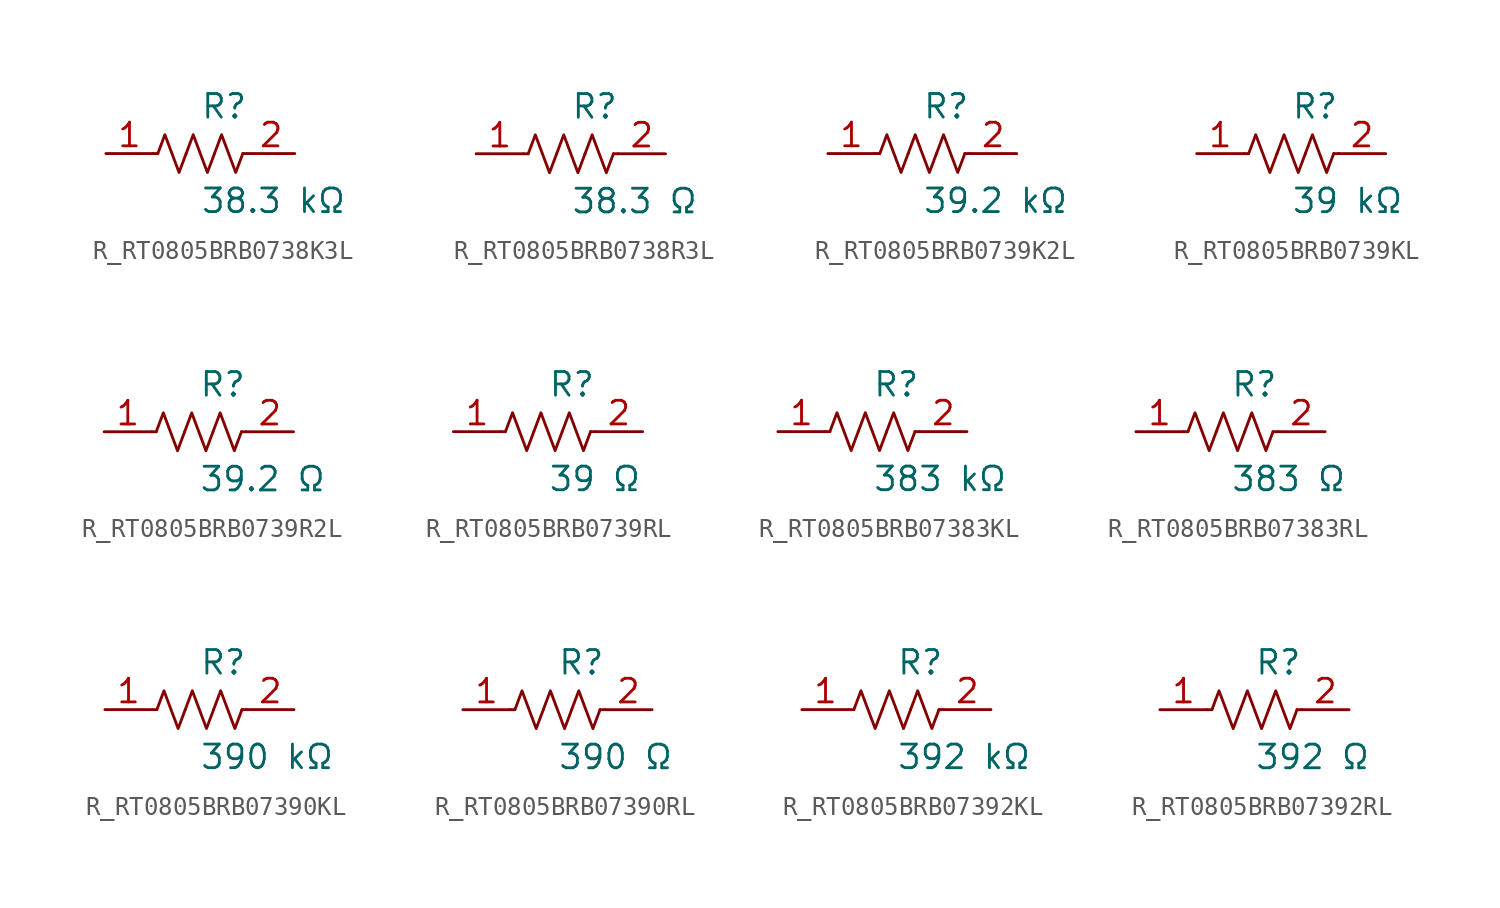
<source format=kicad_sym>
(kicad_symbol_lib
  (version 20231120)
  (generator kicad_symbol_editor)
  (generator_version 8.0)
  (symbol "R_RT0805BRB0738K3L"
    (pin_names
      (offset 0.254))
    (property "Reference" "R"
      (at 0 2.54 0)
      (effects (font (size 1.27 1.27)) (justify left)))
    (property "Value" "38.3 kΩ"
      (at 0 -2.54 0)
      (effects (font (size 1.27 1.27)) (justify left)))
    (symbol "R_RT0805BRB0738K3L_0_1"
      (polyline (pts (xy 2.286 0) (xy 2.54 0)) (stroke (width 0) (type default)) (fill (type none)))
      (polyline (pts (xy -2.286 0) (xy -2.54 0)) (stroke (width 0) (type default)) (fill (type none)))
      (polyline (pts (xy 0.762 0) (xy 1.143 1.016) (xy 1.524 0) (xy 1.905 -1.016) (xy 2.286 0)) (stroke (width 0) (type default)) (fill (type none)))
      (polyline (pts (xy -0.762 0) (xy -0.381 1.016) (xy 0 0) (xy 0.381 -1.016) (xy 0.762 0)) (stroke (width 0) (type default)) (fill (type none)))
      (polyline (pts (xy -2.286 0) (xy -1.905 1.016) (xy -1.524 0) (xy -1.143 -1.016) (xy -0.762 0)) (stroke (width 0) (type default)) (fill (type none))))
    (pin unspecified line
      (at -5.08 0 0)
      (length 2.54)
      (name "" (effects (font (size 1.27 1.27))))
      (number "1" (effects (font (size 1.27 1.27)))))
    (pin unspecified line
      (at 5.08 0 180)
      (length 2.54)
      (name "" (effects (font (size 1.27 1.27))))
      (number "2" (effects (font (size 1.27 1.27))))))
  (symbol "R_RT0805BRB0738R3L"
    (pin_names
      (offset 0.254))
    (property "Reference" "R"
      (at 0 2.54 0)
      (effects (font (size 1.27 1.27)) (justify left)))
    (property "Value" "38.3 Ω"
      (at 0 -2.54 0)
      (effects (font (size 1.27 1.27)) (justify left)))
    (symbol "R_RT0805BRB0738R3L_0_1"
      (polyline (pts (xy 2.286 0) (xy 2.54 0)) (stroke (width 0) (type default)) (fill (type none)))
      (polyline (pts (xy -2.286 0) (xy -2.54 0)) (stroke (width 0) (type default)) (fill (type none)))
      (polyline (pts (xy 0.762 0) (xy 1.143 1.016) (xy 1.524 0) (xy 1.905 -1.016) (xy 2.286 0)) (stroke (width 0) (type default)) (fill (type none)))
      (polyline (pts (xy -0.762 0) (xy -0.381 1.016) (xy 0 0) (xy 0.381 -1.016) (xy 0.762 0)) (stroke (width 0) (type default)) (fill (type none)))
      (polyline (pts (xy -2.286 0) (xy -1.905 1.016) (xy -1.524 0) (xy -1.143 -1.016) (xy -0.762 0)) (stroke (width 0) (type default)) (fill (type none))))
    (pin unspecified line
      (at -5.08 0 0)
      (length 2.54)
      (name "" (effects (font (size 1.27 1.27))))
      (number "1" (effects (font (size 1.27 1.27)))))
    (pin unspecified line
      (at 5.08 0 180)
      (length 2.54)
      (name "" (effects (font (size 1.27 1.27))))
      (number "2" (effects (font (size 1.27 1.27))))))
  (symbol "R_RT0805BRB0739K2L"
    (pin_names
      (offset 0.254))
    (property "Reference" "R"
      (at 0 2.54 0)
      (effects (font (size 1.27 1.27)) (justify left)))
    (property "Value" "39.2 kΩ"
      (at 0 -2.54 0)
      (effects (font (size 1.27 1.27)) (justify left)))
    (symbol "R_RT0805BRB0739K2L_0_1"
      (polyline (pts (xy 2.286 0) (xy 2.54 0)) (stroke (width 0) (type default)) (fill (type none)))
      (polyline (pts (xy -2.286 0) (xy -2.54 0)) (stroke (width 0) (type default)) (fill (type none)))
      (polyline (pts (xy 0.762 0) (xy 1.143 1.016) (xy 1.524 0) (xy 1.905 -1.016) (xy 2.286 0)) (stroke (width 0) (type default)) (fill (type none)))
      (polyline (pts (xy -0.762 0) (xy -0.381 1.016) (xy 0 0) (xy 0.381 -1.016) (xy 0.762 0)) (stroke (width 0) (type default)) (fill (type none)))
      (polyline (pts (xy -2.286 0) (xy -1.905 1.016) (xy -1.524 0) (xy -1.143 -1.016) (xy -0.762 0)) (stroke (width 0) (type default)) (fill (type none))))
    (pin unspecified line
      (at -5.08 0 0)
      (length 2.54)
      (name "" (effects (font (size 1.27 1.27))))
      (number "1" (effects (font (size 1.27 1.27)))))
    (pin unspecified line
      (at 5.08 0 180)
      (length 2.54)
      (name "" (effects (font (size 1.27 1.27))))
      (number "2" (effects (font (size 1.27 1.27))))))
  (symbol "R_RT0805BRB0739KL"
    (pin_names
      (offset 0.254))
    (property "Reference" "R"
      (at 0 2.54 0)
      (effects (font (size 1.27 1.27)) (justify left)))
    (property "Value" "39 kΩ"
      (at 0 -2.54 0)
      (effects (font (size 1.27 1.27)) (justify left)))
    (symbol "R_RT0805BRB0739KL_0_1"
      (polyline (pts (xy 2.286 0) (xy 2.54 0)) (stroke (width 0) (type default)) (fill (type none)))
      (polyline (pts (xy -2.286 0) (xy -2.54 0)) (stroke (width 0) (type default)) (fill (type none)))
      (polyline (pts (xy 0.762 0) (xy 1.143 1.016) (xy 1.524 0) (xy 1.905 -1.016) (xy 2.286 0)) (stroke (width 0) (type default)) (fill (type none)))
      (polyline (pts (xy -0.762 0) (xy -0.381 1.016) (xy 0 0) (xy 0.381 -1.016) (xy 0.762 0)) (stroke (width 0) (type default)) (fill (type none)))
      (polyline (pts (xy -2.286 0) (xy -1.905 1.016) (xy -1.524 0) (xy -1.143 -1.016) (xy -0.762 0)) (stroke (width 0) (type default)) (fill (type none))))
    (pin unspecified line
      (at -5.08 0 0)
      (length 2.54)
      (name "" (effects (font (size 1.27 1.27))))
      (number "1" (effects (font (size 1.27 1.27)))))
    (pin unspecified line
      (at 5.08 0 180)
      (length 2.54)
      (name "" (effects (font (size 1.27 1.27))))
      (number "2" (effects (font (size 1.27 1.27))))))
  (symbol "R_RT0805BRB0739R2L"
    (pin_names
      (offset 0.254))
    (property "Reference" "R"
      (at 0 2.54 0)
      (effects (font (size 1.27 1.27)) (justify left)))
    (property "Value" "39.2 Ω"
      (at 0 -2.54 0)
      (effects (font (size 1.27 1.27)) (justify left)))
    (symbol "R_RT0805BRB0739R2L_0_1"
      (polyline (pts (xy 2.286 0) (xy 2.54 0)) (stroke (width 0) (type default)) (fill (type none)))
      (polyline (pts (xy -2.286 0) (xy -2.54 0)) (stroke (width 0) (type default)) (fill (type none)))
      (polyline (pts (xy 0.762 0) (xy 1.143 1.016) (xy 1.524 0) (xy 1.905 -1.016) (xy 2.286 0)) (stroke (width 0) (type default)) (fill (type none)))
      (polyline (pts (xy -0.762 0) (xy -0.381 1.016) (xy 0 0) (xy 0.381 -1.016) (xy 0.762 0)) (stroke (width 0) (type default)) (fill (type none)))
      (polyline (pts (xy -2.286 0) (xy -1.905 1.016) (xy -1.524 0) (xy -1.143 -1.016) (xy -0.762 0)) (stroke (width 0) (type default)) (fill (type none))))
    (pin unspecified line
      (at -5.08 0 0)
      (length 2.54)
      (name "" (effects (font (size 1.27 1.27))))
      (number "1" (effects (font (size 1.27 1.27)))))
    (pin unspecified line
      (at 5.08 0 180)
      (length 2.54)
      (name "" (effects (font (size 1.27 1.27))))
      (number "2" (effects (font (size 1.27 1.27))))))
  (symbol "R_RT0805BRB0739RL"
    (pin_names
      (offset 0.254))
    (property "Reference" "R"
      (at 0 2.54 0)
      (effects (font (size 1.27 1.27)) (justify left)))
    (property "Value" "39 Ω"
      (at 0 -2.54 0)
      (effects (font (size 1.27 1.27)) (justify left)))
    (symbol "R_RT0805BRB0739RL_0_1"
      (polyline (pts (xy 2.286 0) (xy 2.54 0)) (stroke (width 0) (type default)) (fill (type none)))
      (polyline (pts (xy -2.286 0) (xy -2.54 0)) (stroke (width 0) (type default)) (fill (type none)))
      (polyline (pts (xy 0.762 0) (xy 1.143 1.016) (xy 1.524 0) (xy 1.905 -1.016) (xy 2.286 0)) (stroke (width 0) (type default)) (fill (type none)))
      (polyline (pts (xy -0.762 0) (xy -0.381 1.016) (xy 0 0) (xy 0.381 -1.016) (xy 0.762 0)) (stroke (width 0) (type default)) (fill (type none)))
      (polyline (pts (xy -2.286 0) (xy -1.905 1.016) (xy -1.524 0) (xy -1.143 -1.016) (xy -0.762 0)) (stroke (width 0) (type default)) (fill (type none))))
    (pin unspecified line
      (at -5.08 0 0)
      (length 2.54)
      (name "" (effects (font (size 1.27 1.27))))
      (number "1" (effects (font (size 1.27 1.27)))))
    (pin unspecified line
      (at 5.08 0 180)
      (length 2.54)
      (name "" (effects (font (size 1.27 1.27))))
      (number "2" (effects (font (size 1.27 1.27))))))
  (symbol "R_RT0805BRB07383KL"
    (pin_names
      (offset 0.254))
    (property "Reference" "R"
      (at 0 2.54 0)
      (effects (font (size 1.27 1.27)) (justify left)))
    (property "Value" "383 kΩ"
      (at 0 -2.54 0)
      (effects (font (size 1.27 1.27)) (justify left)))
    (symbol "R_RT0805BRB07383KL_0_1"
      (polyline (pts (xy 2.286 0) (xy 2.54 0)) (stroke (width 0) (type default)) (fill (type none)))
      (polyline (pts (xy -2.286 0) (xy -2.54 0)) (stroke (width 0) (type default)) (fill (type none)))
      (polyline (pts (xy 0.762 0) (xy 1.143 1.016) (xy 1.524 0) (xy 1.905 -1.016) (xy 2.286 0)) (stroke (width 0) (type default)) (fill (type none)))
      (polyline (pts (xy -0.762 0) (xy -0.381 1.016) (xy 0 0) (xy 0.381 -1.016) (xy 0.762 0)) (stroke (width 0) (type default)) (fill (type none)))
      (polyline (pts (xy -2.286 0) (xy -1.905 1.016) (xy -1.524 0) (xy -1.143 -1.016) (xy -0.762 0)) (stroke (width 0) (type default)) (fill (type none))))
    (pin unspecified line
      (at -5.08 0 0)
      (length 2.54)
      (name "" (effects (font (size 1.27 1.27))))
      (number "1" (effects (font (size 1.27 1.27)))))
    (pin unspecified line
      (at 5.08 0 180)
      (length 2.54)
      (name "" (effects (font (size 1.27 1.27))))
      (number "2" (effects (font (size 1.27 1.27))))))
  (symbol "R_RT0805BRB07383RL"
    (pin_names
      (offset 0.254))
    (property "Reference" "R"
      (at 0 2.54 0)
      (effects (font (size 1.27 1.27)) (justify left)))
    (property "Value" "383 Ω"
      (at 0 -2.54 0)
      (effects (font (size 1.27 1.27)) (justify left)))
    (symbol "R_RT0805BRB07383RL_0_1"
      (polyline (pts (xy 2.286 0) (xy 2.54 0)) (stroke (width 0) (type default)) (fill (type none)))
      (polyline (pts (xy -2.286 0) (xy -2.54 0)) (stroke (width 0) (type default)) (fill (type none)))
      (polyline (pts (xy 0.762 0) (xy 1.143 1.016) (xy 1.524 0) (xy 1.905 -1.016) (xy 2.286 0)) (stroke (width 0) (type default)) (fill (type none)))
      (polyline (pts (xy -0.762 0) (xy -0.381 1.016) (xy 0 0) (xy 0.381 -1.016) (xy 0.762 0)) (stroke (width 0) (type default)) (fill (type none)))
      (polyline (pts (xy -2.286 0) (xy -1.905 1.016) (xy -1.524 0) (xy -1.143 -1.016) (xy -0.762 0)) (stroke (width 0) (type default)) (fill (type none))))
    (pin unspecified line
      (at -5.08 0 0)
      (length 2.54)
      (name "" (effects (font (size 1.27 1.27))))
      (number "1" (effects (font (size 1.27 1.27)))))
    (pin unspecified line
      (at 5.08 0 180)
      (length 2.54)
      (name "" (effects (font (size 1.27 1.27))))
      (number "2" (effects (font (size 1.27 1.27))))))
  (symbol "R_RT0805BRB07390KL"
    (pin_names
      (offset 0.254))
    (property "Reference" "R"
      (at 0 2.54 0)
      (effects (font (size 1.27 1.27)) (justify left)))
    (property "Value" "390 kΩ"
      (at 0 -2.54 0)
      (effects (font (size 1.27 1.27)) (justify left)))
    (symbol "R_RT0805BRB07390KL_0_1"
      (polyline (pts (xy 2.286 0) (xy 2.54 0)) (stroke (width 0) (type default)) (fill (type none)))
      (polyline (pts (xy -2.286 0) (xy -2.54 0)) (stroke (width 0) (type default)) (fill (type none)))
      (polyline (pts (xy 0.762 0) (xy 1.143 1.016) (xy 1.524 0) (xy 1.905 -1.016) (xy 2.286 0)) (stroke (width 0) (type default)) (fill (type none)))
      (polyline (pts (xy -0.762 0) (xy -0.381 1.016) (xy 0 0) (xy 0.381 -1.016) (xy 0.762 0)) (stroke (width 0) (type default)) (fill (type none)))
      (polyline (pts (xy -2.286 0) (xy -1.905 1.016) (xy -1.524 0) (xy -1.143 -1.016) (xy -0.762 0)) (stroke (width 0) (type default)) (fill (type none))))
    (pin unspecified line
      (at -5.08 0 0)
      (length 2.54)
      (name "" (effects (font (size 1.27 1.27))))
      (number "1" (effects (font (size 1.27 1.27)))))
    (pin unspecified line
      (at 5.08 0 180)
      (length 2.54)
      (name "" (effects (font (size 1.27 1.27))))
      (number "2" (effects (font (size 1.27 1.27))))))
  (symbol "R_RT0805BRB07390RL"
    (pin_names
      (offset 0.254))
    (property "Reference" "R"
      (at 0 2.54 0)
      (effects (font (size 1.27 1.27)) (justify left)))
    (property "Value" "390 Ω"
      (at 0 -2.54 0)
      (effects (font (size 1.27 1.27)) (justify left)))
    (symbol "R_RT0805BRB07390RL_0_1"
      (polyline (pts (xy 2.286 0) (xy 2.54 0)) (stroke (width 0) (type default)) (fill (type none)))
      (polyline (pts (xy -2.286 0) (xy -2.54 0)) (stroke (width 0) (type default)) (fill (type none)))
      (polyline (pts (xy 0.762 0) (xy 1.143 1.016) (xy 1.524 0) (xy 1.905 -1.016) (xy 2.286 0)) (stroke (width 0) (type default)) (fill (type none)))
      (polyline (pts (xy -0.762 0) (xy -0.381 1.016) (xy 0 0) (xy 0.381 -1.016) (xy 0.762 0)) (stroke (width 0) (type default)) (fill (type none)))
      (polyline (pts (xy -2.286 0) (xy -1.905 1.016) (xy -1.524 0) (xy -1.143 -1.016) (xy -0.762 0)) (stroke (width 0) (type default)) (fill (type none))))
    (pin unspecified line
      (at -5.08 0 0)
      (length 2.54)
      (name "" (effects (font (size 1.27 1.27))))
      (number "1" (effects (font (size 1.27 1.27)))))
    (pin unspecified line
      (at 5.08 0 180)
      (length 2.54)
      (name "" (effects (font (size 1.27 1.27))))
      (number "2" (effects (font (size 1.27 1.27))))))
  (symbol "R_RT0805BRB07392KL"
    (pin_names
      (offset 0.254))
    (property "Reference" "R"
      (at 0 2.54 0)
      (effects (font (size 1.27 1.27)) (justify left)))
    (property "Value" "392 kΩ"
      (at 0 -2.54 0)
      (effects (font (size 1.27 1.27)) (justify left)))
    (symbol "R_RT0805BRB07392KL_0_1"
      (polyline (pts (xy 2.286 0) (xy 2.54 0)) (stroke (width 0) (type default)) (fill (type none)))
      (polyline (pts (xy -2.286 0) (xy -2.54 0)) (stroke (width 0) (type default)) (fill (type none)))
      (polyline (pts (xy 0.762 0) (xy 1.143 1.016) (xy 1.524 0) (xy 1.905 -1.016) (xy 2.286 0)) (stroke (width 0) (type default)) (fill (type none)))
      (polyline (pts (xy -0.762 0) (xy -0.381 1.016) (xy 0 0) (xy 0.381 -1.016) (xy 0.762 0)) (stroke (width 0) (type default)) (fill (type none)))
      (polyline (pts (xy -2.286 0) (xy -1.905 1.016) (xy -1.524 0) (xy -1.143 -1.016) (xy -0.762 0)) (stroke (width 0) (type default)) (fill (type none))))
    (pin unspecified line
      (at -5.08 0 0)
      (length 2.54)
      (name "" (effects (font (size 1.27 1.27))))
      (number "1" (effects (font (size 1.27 1.27)))))
    (pin unspecified line
      (at 5.08 0 180)
      (length 2.54)
      (name "" (effects (font (size 1.27 1.27))))
      (number "2" (effects (font (size 1.27 1.27))))))
  (symbol "R_RT0805BRB07392RL"
    (pin_names
      (offset 0.254))
    (property "Reference" "R"
      (at 0 2.54 0)
      (effects (font (size 1.27 1.27)) (justify left)))
    (property "Value" "392 Ω"
      (at 0 -2.54 0)
      (effects (font (size 1.27 1.27)) (justify left)))
    (symbol "R_RT0805BRB07392RL_0_1"
      (polyline (pts (xy 2.286 0) (xy 2.54 0)) (stroke (width 0) (type default)) (fill (type none)))
      (polyline (pts (xy -2.286 0) (xy -2.54 0)) (stroke (width 0) (type default)) (fill (type none)))
      (polyline (pts (xy 0.762 0) (xy 1.143 1.016) (xy 1.524 0) (xy 1.905 -1.016) (xy 2.286 0)) (stroke (width 0) (type default)) (fill (type none)))
      (polyline (pts (xy -0.762 0) (xy -0.381 1.016) (xy 0 0) (xy 0.381 -1.016) (xy 0.762 0)) (stroke (width 0) (type default)) (fill (type none)))
      (polyline (pts (xy -2.286 0) (xy -1.905 1.016) (xy -1.524 0) (xy -1.143 -1.016) (xy -0.762 0)) (stroke (width 0) (type default)) (fill (type none))))
    (pin unspecified line
      (at -5.08 0 0)
      (length 2.54)
      (name "" (effects (font (size 1.27 1.27))))
      (number "1" (effects (font (size 1.27 1.27)))))
    (pin unspecified line
      (at 5.08 0 180)
      (length 2.54)
      (name "" (effects (font (size 1.27 1.27))))
      (number "2" (effects (font (size 1.27 1.27)))))))
</source>
